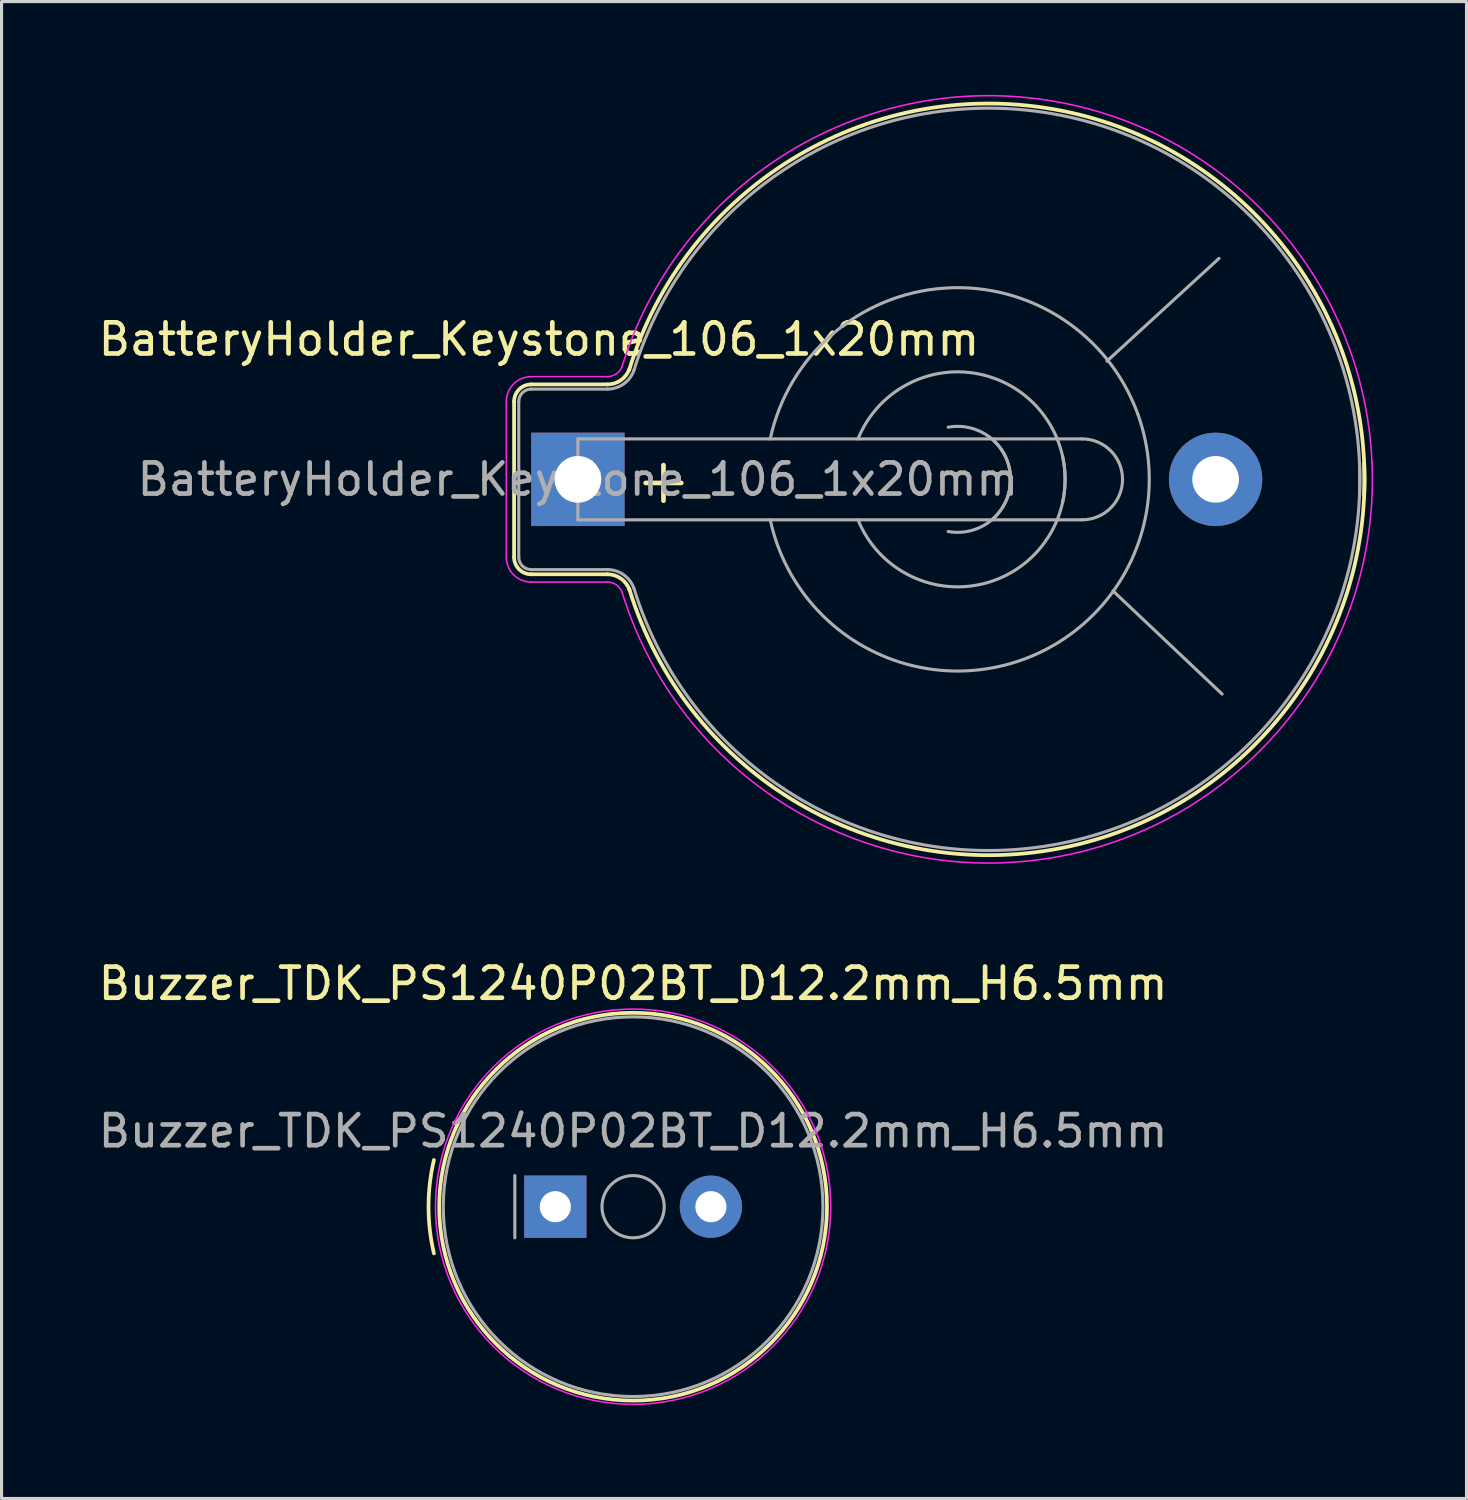
<source format=kicad_pcb>
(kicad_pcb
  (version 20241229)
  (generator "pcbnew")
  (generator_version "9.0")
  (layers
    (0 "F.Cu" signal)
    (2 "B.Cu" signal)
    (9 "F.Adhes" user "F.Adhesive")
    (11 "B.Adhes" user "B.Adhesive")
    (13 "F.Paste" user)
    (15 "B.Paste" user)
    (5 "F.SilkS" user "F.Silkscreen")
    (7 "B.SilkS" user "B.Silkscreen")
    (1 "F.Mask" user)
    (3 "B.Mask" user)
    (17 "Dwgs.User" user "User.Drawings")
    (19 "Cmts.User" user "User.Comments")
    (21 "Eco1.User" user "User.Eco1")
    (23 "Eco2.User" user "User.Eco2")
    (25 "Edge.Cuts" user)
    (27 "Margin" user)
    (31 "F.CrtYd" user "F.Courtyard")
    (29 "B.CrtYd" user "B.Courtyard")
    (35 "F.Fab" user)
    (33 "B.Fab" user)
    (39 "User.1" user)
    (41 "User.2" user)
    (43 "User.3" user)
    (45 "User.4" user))
  (footprint "BatteryHolder_Keystone_106_1x20mm"
    (layer "F.Cu")
    (at 15.518 12.352)
    (property "Reference" "BatteryHolder_Keystone_106_1x20mm" (at -1.25 -4.5 0) (layer "F.SilkS") (effects (font (size 1 1) (thickness 0.15))))
    (attr through_hole)
    (fp_line (start -2.05 -2.5) (end -2.05 2.5) (stroke (width 0.12) (type solid)) (layer "F.SilkS"))
    (fp_line (start -1.5 3.05) (end 0.95 3.05) (stroke (width 0.12) (type solid)) (layer "F.SilkS"))
    (fp_line (start 0.95 -3.05) (end -1.5 -3.05) (stroke (width 0.12) (type solid)) (layer "F.SilkS"))
    (fp_arc (start -2.05 -2.5) (mid -1.888909 -2.888909) (end -1.5 -3.05) (stroke (width 0.12) (type solid)) (layer "F.SilkS"))
    (fp_arc (start -1.5 3.05) (mid -1.888909 2.888909) (end -2.05 2.5) (stroke (width 0.12) (type solid)) (layer "F.SilkS"))
    (fp_arc (start 0.95 3.05) (mid 1.380182 3.185636) (end 1.654769 3.543485) (stroke (width 0.12) (type solid)) (layer "F.SilkS"))
    (fp_arc (start 1.65 -3.52) (mid 15.23426 -11.901878) (end 25.263443 0.515991) (stroke (width 0.12) (type solid)) (layer "F.SilkS"))
    (fp_arc (start 1.654769 -3.543485) (mid 1.380182 -3.185636) (end 0.95 -3.05) (stroke (width 0.12) (type solid)) (layer "F.SilkS"))
    (fp_arc (start 25.263443 -0.515991) (mid 15.23426 11.901878) (end 1.65 3.52) (stroke (width 0.12) (type solid)) (layer "F.SilkS"))
    (fp_line (start -2.3 -2.5) (end -2.3 2.5) (stroke (width 0.05) (type solid)) (layer "F.CrtYd"))
    (fp_line (start -1.5 3.3) (end 0.95 3.3) (stroke (width 0.05) (type solid)) (layer "F.CrtYd"))
    (fp_line (start 0.95 -3.3) (end -1.5 -3.3) (stroke (width 0.05) (type solid)) (layer "F.CrtYd"))
    (fp_arc (start -2.3 -2.5) (mid -2.065685 -3.065685) (end -1.5 -3.3) (stroke (width 0.05) (type solid)) (layer "F.CrtYd"))
    (fp_arc (start -1.5 3.3) (mid -2.065685 3.065685) (end -2.3 2.5) (stroke (width 0.05) (type solid)) (layer "F.CrtYd"))
    (fp_arc (start 0.95 3.3) (mid 1.236788 3.390424) (end 1.419846 3.62899) (stroke (width 0.05) (type solid)) (layer "F.CrtYd"))
    (fp_arc (start 1.419846 -3.62899) (mid 1.236788 -3.390424) (end 0.95 -3.3) (stroke (width 0.05) (type solid)) (layer "F.CrtYd"))
    (fp_arc (start 1.419846 -3.62899) (mid 14.771211 -12.226437) (end 25.515829 -0.533351) (stroke (width 0.05) (type solid)) (layer "F.CrtYd"))
    (fp_arc (start 25.515829 -0.533351) (mid 15.298739 12.146993) (end 1.419846 3.62899) (stroke (width 0.05) (type solid)) (layer "F.CrtYd"))
    (fp_line (start -1.9 -2.5) (end -1.9 2.5) (stroke (width 0.1) (type solid)) (layer "F.Fab"))
    (fp_line (start -1.5 2.9) (end 0.95 2.9) (stroke (width 0.1) (type solid)) (layer "F.Fab"))
    (fp_line (start 0 -1.3) (end 0 1.3) (stroke (width 0.1) (type solid)) (layer "F.Fab"))
    (fp_line (start 0 1.3) (end 16.2 1.3) (stroke (width 0.1) (type solid)) (layer "F.Fab"))
    (fp_line (start 0.95 -2.9) (end -1.5 -2.9) (stroke (width 0.1) (type solid)) (layer "F.Fab"))
    (fp_line (start 16.2 -1.3) (end 0 -1.3) (stroke (width 0.1) (type solid)) (layer "F.Fab"))
    (fp_line (start 17 -3.8) (end 20.6 -7.1) (stroke (width 0.1) (type solid)) (layer "F.Fab"))
    (fp_line (start 17.194 3.585) (end 20.7 6.9) (stroke (width 0.1) (type solid)) (layer "F.Fab"))
    (fp_arc (start -1.9 -2.5) (mid -1.782843 -2.782843) (end -1.5 -2.9) (stroke (width 0.1) (type solid)) (layer "F.Fab"))
    (fp_arc (start -1.5 2.9) (mid -1.782843 2.782843) (end -1.9 2.5) (stroke (width 0.1) (type solid)) (layer "F.Fab"))
    (fp_arc (start 0.95 2.9) (mid 1.466219 3.062763) (end 1.795723 3.492182) (stroke (width 0.1) (type solid)) (layer "F.Fab"))
    (fp_arc (start 1.795723 -3.492182) (mid 1.466219 -3.062763) (end 0.95 -2.9) (stroke (width 0.1) (type solid)) (layer "F.Fab"))
    (fp_arc (start 1.8 -3.5) (mid 15.233349 -11.750553) (end 25.113213 0.534185) (stroke (width 0.1) (type solid)) (layer "F.Fab"))
    (fp_arc (start 6.18 -1.3) (mid 11.784941 -6.144764) (end 17.990492 -2.097761) (stroke (width 0.1) (type solid)) (layer "F.Fab"))
    (fp_arc (start 9 -1.3) (mid 13.216155 -3.301125) (end 15.577127 0.724576) (stroke (width 0.1) (type solid)) (layer "F.Fab"))
    (fp_arc (start 11.897372 -1.675833) (mid 13.740404 -0.726054) (end 13.3 1.3) (stroke (width 0.1) (type solid)) (layer "F.Fab"))
    (fp_arc (start 13.3 -1.3) (mid 13.740405 0.726054) (end 11.897372 1.675833) (stroke (width 0.1) (type solid)) (layer "F.Fab"))
    (fp_arc (start 15.577127 -0.724576) (mid 13.216155 3.301125) (end 9 1.3) (stroke (width 0.1) (type solid)) (layer "F.Fab"))
    (fp_arc (start 16.2 -1.3) (mid 17.5 0) (end 16.2 1.3) (stroke (width 0.1) (type solid)) (layer "F.Fab"))
    (fp_arc (start 17.990492 -2.097761) (mid 13.902752 5.918702) (end 6.18 1.3) (stroke (width 0.1) (type solid)) (layer "F.Fab"))
    (fp_arc (start 25.113213 -0.534185) (mid 15.233349 11.750553) (end 1.8 3.5) (stroke (width 0.1) (type solid)) (layer "F.Fab"))
    (fp_text user "+" (at 2.75 0 0) (layer "F.SilkS") (effects (font (size 1.5 1.5) (thickness 0.15))))
    (fp_text user "${REFERENCE}" (at 0 0 0) (layer "F.Fab") (effects (font (size 1 1) (thickness 0.15))))
    (pad "1" thru_hole rect (at 0 0) (size 3 3) (drill 1.5) (layers "*.Cu" "*.Mask"))
    (pad "2" thru_hole circle (at 20.49 0) (size 3 3) (drill 1.5) (layers "*.Cu" "*.Mask")))
  (footprint "Buzzer_TDK_PS1240P02BT_D12.2mm_H6.5mm"
    (layer "F.Cu")
    (at 14.792 35.722)
    (property "Reference" "Buzzer_TDK_PS1240P02BT_D12.2mm_H6.5mm" (at 2.5 -7.17 0) (layer "F.SilkS") (effects (font (size 1 1) (thickness 0.15))))
    (attr smd)
    (fp_arc (start -3.9 1.499999) (mid -4.073431 0) (end -3.9 -1.5) (stroke (width 0.12) (type solid)) (layer "F.SilkS"))
    (fp_circle (center 2.5 0) (end 8.73 0) (stroke (width 0.12) (type solid)) (fill no) (layer "F.SilkS"))
    (fp_circle (center 2.5 0) (end 8.85 0) (stroke (width 0.05) (type solid)) (fill no) (layer "F.CrtYd"))
    (fp_line (start -1.3 -1) (end -1.3 1) (stroke (width 0.1) (type solid)) (layer "F.Fab"))
    (fp_circle (center 2.5 0) (end 3.5 0) (stroke (width 0.1) (type solid)) (fill no) (layer "F.Fab"))
    (fp_circle (center 2.5 0) (end 8.6 0) (stroke (width 0.1) (type solid)) (fill no) (layer "F.Fab"))
    (fp_text user "${REFERENCE}" (at 2.5 -2.43 0) (layer "F.Fab") (effects (font (size 1 1) (thickness 0.15))))
    (pad "1" thru_hole rect (at 0 0) (size 2 2) (drill 1) (layers "*.Cu" "*.Mask"))
    (pad "2" thru_hole circle (at 5 0) (size 2 2) (drill 1) (layers "*.Cu" "*.Mask")))
  (gr_rect
    (start -3 -3)
    (end 44.07 45.097)
    (stroke (width 0.1) (type default))
    (fill no)
    (layer "Edge.Cuts")))
</source>
